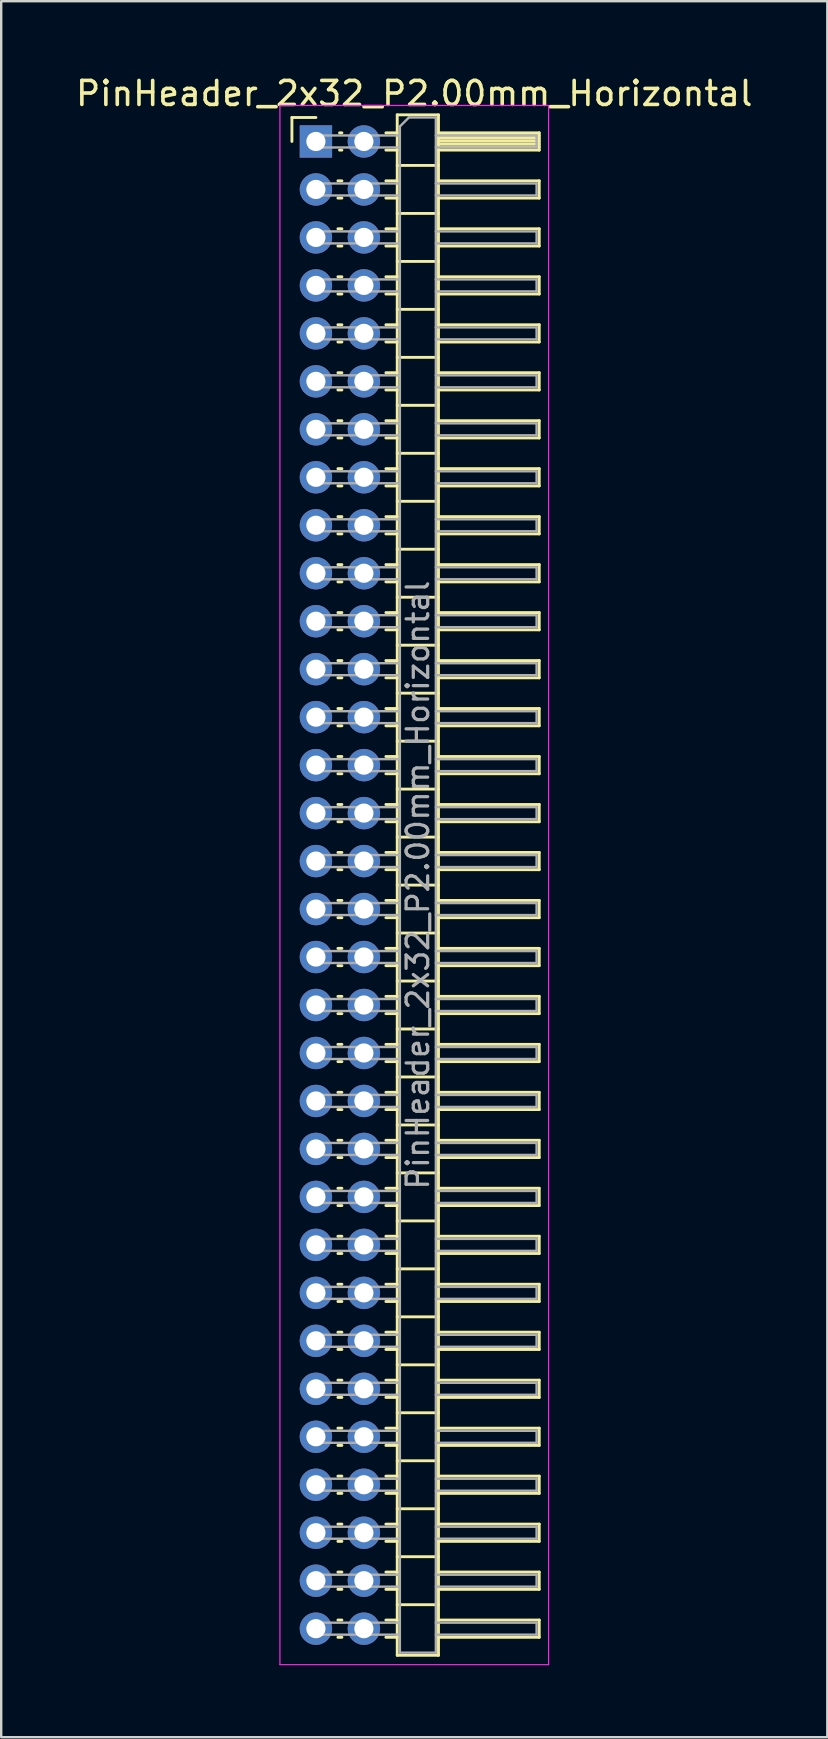
<source format=kicad_pcb>
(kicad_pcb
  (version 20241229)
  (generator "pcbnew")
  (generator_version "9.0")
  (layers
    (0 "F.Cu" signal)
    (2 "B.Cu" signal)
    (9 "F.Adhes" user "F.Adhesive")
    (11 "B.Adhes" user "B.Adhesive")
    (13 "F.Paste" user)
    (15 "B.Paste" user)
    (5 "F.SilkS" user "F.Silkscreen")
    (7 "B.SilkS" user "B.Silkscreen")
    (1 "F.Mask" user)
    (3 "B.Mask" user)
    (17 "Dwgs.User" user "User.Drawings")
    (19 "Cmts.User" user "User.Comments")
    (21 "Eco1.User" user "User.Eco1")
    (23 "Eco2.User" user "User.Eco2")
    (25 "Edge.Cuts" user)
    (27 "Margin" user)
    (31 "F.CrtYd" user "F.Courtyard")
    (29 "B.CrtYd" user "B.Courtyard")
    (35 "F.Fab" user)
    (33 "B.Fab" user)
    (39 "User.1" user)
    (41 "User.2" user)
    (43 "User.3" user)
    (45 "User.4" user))
  (footprint "PinHeader_2x32_P2.00mm_Horizontal"
    (layer "F.Cu")
    (at 10.12 2.848)
    (property "Reference" "PinHeader_2x32_P2.00mm_Horizontal" (at 4.1 -2 0) (layer "F.SilkS") (effects (font (size 1 1) (thickness 0.15))))
    (attr through_hole)
    (fp_line (start -1 -1) (end 0 -1) (stroke (width 0.12) (type solid)) (layer "F.SilkS"))
    (fp_line (start -1 0) (end -1 -1) (stroke (width 0.12) (type solid)) (layer "F.SilkS"))
    (fp_line (start 0.917 1.64) (end 1.083 1.64) (stroke (width 0.12) (type solid)) (layer "F.SilkS"))
    (fp_line (start 0.917 2.36) (end 1.083 2.36) (stroke (width 0.12) (type solid)) (layer "F.SilkS"))
    (fp_line (start 0.917 3.64) (end 1.083 3.64) (stroke (width 0.12) (type solid)) (layer "F.SilkS"))
    (fp_line (start 0.917 4.36) (end 1.083 4.36) (stroke (width 0.12) (type solid)) (layer "F.SilkS"))
    (fp_line (start 0.917 5.64) (end 1.083 5.64) (stroke (width 0.12) (type solid)) (layer "F.SilkS"))
    (fp_line (start 0.917 6.36) (end 1.083 6.36) (stroke (width 0.12) (type solid)) (layer "F.SilkS"))
    (fp_line (start 0.917 7.64) (end 1.083 7.64) (stroke (width 0.12) (type solid)) (layer "F.SilkS"))
    (fp_line (start 0.917 8.36) (end 1.083 8.36) (stroke (width 0.12) (type solid)) (layer "F.SilkS"))
    (fp_line (start 0.917 9.64) (end 1.083 9.64) (stroke (width 0.12) (type solid)) (layer "F.SilkS"))
    (fp_line (start 0.917 10.36) (end 1.083 10.36) (stroke (width 0.12) (type solid)) (layer "F.SilkS"))
    (fp_line (start 0.917 11.64) (end 1.083 11.64) (stroke (width 0.12) (type solid)) (layer "F.SilkS"))
    (fp_line (start 0.917 12.36) (end 1.083 12.36) (stroke (width 0.12) (type solid)) (layer "F.SilkS"))
    (fp_line (start 0.917 13.64) (end 1.083 13.64) (stroke (width 0.12) (type solid)) (layer "F.SilkS"))
    (fp_line (start 0.917 14.36) (end 1.083 14.36) (stroke (width 0.12) (type solid)) (layer "F.SilkS"))
    (fp_line (start 0.917 15.64) (end 1.083 15.64) (stroke (width 0.12) (type solid)) (layer "F.SilkS"))
    (fp_line (start 0.917 16.36) (end 1.083 16.36) (stroke (width 0.12) (type solid)) (layer "F.SilkS"))
    (fp_line (start 0.917 17.64) (end 1.083 17.64) (stroke (width 0.12) (type solid)) (layer "F.SilkS"))
    (fp_line (start 0.917 18.36) (end 1.083 18.36) (stroke (width 0.12) (type solid)) (layer "F.SilkS"))
    (fp_line (start 0.917 19.64) (end 1.083 19.64) (stroke (width 0.12) (type solid)) (layer "F.SilkS"))
    (fp_line (start 0.917 20.36) (end 1.083 20.36) (stroke (width 0.12) (type solid)) (layer "F.SilkS"))
    (fp_line (start 0.917 21.64) (end 1.083 21.64) (stroke (width 0.12) (type solid)) (layer "F.SilkS"))
    (fp_line (start 0.917 22.36) (end 1.083 22.36) (stroke (width 0.12) (type solid)) (layer "F.SilkS"))
    (fp_line (start 0.917 23.64) (end 1.083 23.64) (stroke (width 0.12) (type solid)) (layer "F.SilkS"))
    (fp_line (start 0.917 24.36) (end 1.083 24.36) (stroke (width 0.12) (type solid)) (layer "F.SilkS"))
    (fp_line (start 0.917 25.64) (end 1.083 25.64) (stroke (width 0.12) (type solid)) (layer "F.SilkS"))
    (fp_line (start 0.917 26.36) (end 1.083 26.36) (stroke (width 0.12) (type solid)) (layer "F.SilkS"))
    (fp_line (start 0.917 27.64) (end 1.083 27.64) (stroke (width 0.12) (type solid)) (layer "F.SilkS"))
    (fp_line (start 0.917 28.36) (end 1.083 28.36) (stroke (width 0.12) (type solid)) (layer "F.SilkS"))
    (fp_line (start 0.917 29.64) (end 1.083 29.64) (stroke (width 0.12) (type solid)) (layer "F.SilkS"))
    (fp_line (start 0.917 30.36) (end 1.083 30.36) (stroke (width 0.12) (type solid)) (layer "F.SilkS"))
    (fp_line (start 0.917 31.64) (end 1.083 31.64) (stroke (width 0.12) (type solid)) (layer "F.SilkS"))
    (fp_line (start 0.917 32.36) (end 1.083 32.36) (stroke (width 0.12) (type solid)) (layer "F.SilkS"))
    (fp_line (start 0.917 33.64) (end 1.083 33.64) (stroke (width 0.12) (type solid)) (layer "F.SilkS"))
    (fp_line (start 0.917 34.36) (end 1.083 34.36) (stroke (width 0.12) (type solid)) (layer "F.SilkS"))
    (fp_line (start 0.917 35.64) (end 1.083 35.64) (stroke (width 0.12) (type solid)) (layer "F.SilkS"))
    (fp_line (start 0.917 36.36) (end 1.083 36.36) (stroke (width 0.12) (type solid)) (layer "F.SilkS"))
    (fp_line (start 0.917 37.64) (end 1.083 37.64) (stroke (width 0.12) (type solid)) (layer "F.SilkS"))
    (fp_line (start 0.917 38.36) (end 1.083 38.36) (stroke (width 0.12) (type solid)) (layer "F.SilkS"))
    (fp_line (start 0.917 39.64) (end 1.083 39.64) (stroke (width 0.12) (type solid)) (layer "F.SilkS"))
    (fp_line (start 0.917 40.36) (end 1.083 40.36) (stroke (width 0.12) (type solid)) (layer "F.SilkS"))
    (fp_line (start 0.917 41.64) (end 1.083 41.64) (stroke (width 0.12) (type solid)) (layer "F.SilkS"))
    (fp_line (start 0.917 42.36) (end 1.083 42.36) (stroke (width 0.12) (type solid)) (layer "F.SilkS"))
    (fp_line (start 0.917 43.64) (end 1.083 43.64) (stroke (width 0.12) (type solid)) (layer "F.SilkS"))
    (fp_line (start 0.917 44.36) (end 1.083 44.36) (stroke (width 0.12) (type solid)) (layer "F.SilkS"))
    (fp_line (start 0.917 45.64) (end 1.083 45.64) (stroke (width 0.12) (type solid)) (layer "F.SilkS"))
    (fp_line (start 0.917 46.36) (end 1.083 46.36) (stroke (width 0.12) (type solid)) (layer "F.SilkS"))
    (fp_line (start 0.917 47.64) (end 1.083 47.64) (stroke (width 0.12) (type solid)) (layer "F.SilkS"))
    (fp_line (start 0.917 48.36) (end 1.083 48.36) (stroke (width 0.12) (type solid)) (layer "F.SilkS"))
    (fp_line (start 0.917 49.64) (end 1.083 49.64) (stroke (width 0.12) (type solid)) (layer "F.SilkS"))
    (fp_line (start 0.917 50.36) (end 1.083 50.36) (stroke (width 0.12) (type solid)) (layer "F.SilkS"))
    (fp_line (start 0.917 51.64) (end 1.083 51.64) (stroke (width 0.12) (type solid)) (layer "F.SilkS"))
    (fp_line (start 0.917 52.36) (end 1.083 52.36) (stroke (width 0.12) (type solid)) (layer "F.SilkS"))
    (fp_line (start 0.917 53.64) (end 1.083 53.64) (stroke (width 0.12) (type solid)) (layer "F.SilkS"))
    (fp_line (start 0.917 54.36) (end 1.083 54.36) (stroke (width 0.12) (type solid)) (layer "F.SilkS"))
    (fp_line (start 0.917 55.64) (end 1.083 55.64) (stroke (width 0.12) (type solid)) (layer "F.SilkS"))
    (fp_line (start 0.917 56.36) (end 1.083 56.36) (stroke (width 0.12) (type solid)) (layer "F.SilkS"))
    (fp_line (start 0.917 57.64) (end 1.083 57.64) (stroke (width 0.12) (type solid)) (layer "F.SilkS"))
    (fp_line (start 0.917 58.36) (end 1.083 58.36) (stroke (width 0.12) (type solid)) (layer "F.SilkS"))
    (fp_line (start 0.917 59.64) (end 1.083 59.64) (stroke (width 0.12) (type solid)) (layer "F.SilkS"))
    (fp_line (start 0.917 60.36) (end 1.083 60.36) (stroke (width 0.12) (type solid)) (layer "F.SilkS"))
    (fp_line (start 0.917 61.64) (end 1.083 61.64) (stroke (width 0.12) (type solid)) (layer "F.SilkS"))
    (fp_line (start 0.917 62.36) (end 1.083 62.36) (stroke (width 0.12) (type solid)) (layer "F.SilkS"))
    (fp_line (start 0.985 -0.36) (end 1.083 -0.36) (stroke (width 0.12) (type solid)) (layer "F.SilkS"))
    (fp_line (start 0.985 0.36) (end 1.083 0.36) (stroke (width 0.12) (type solid)) (layer "F.SilkS"))
    (fp_line (start 2.917 -0.36) (end 3.39 -0.36) (stroke (width 0.12) (type solid)) (layer "F.SilkS"))
    (fp_line (start 2.917 0.36) (end 3.39 0.36) (stroke (width 0.12) (type solid)) (layer "F.SilkS"))
    (fp_line (start 2.917 1.64) (end 3.39 1.64) (stroke (width 0.12) (type solid)) (layer "F.SilkS"))
    (fp_line (start 2.917 2.36) (end 3.39 2.36) (stroke (width 0.12) (type solid)) (layer "F.SilkS"))
    (fp_line (start 2.917 3.64) (end 3.39 3.64) (stroke (width 0.12) (type solid)) (layer "F.SilkS"))
    (fp_line (start 2.917 4.36) (end 3.39 4.36) (stroke (width 0.12) (type solid)) (layer "F.SilkS"))
    (fp_line (start 2.917 5.64) (end 3.39 5.64) (stroke (width 0.12) (type solid)) (layer "F.SilkS"))
    (fp_line (start 2.917 6.36) (end 3.39 6.36) (stroke (width 0.12) (type solid)) (layer "F.SilkS"))
    (fp_line (start 2.917 7.64) (end 3.39 7.64) (stroke (width 0.12) (type solid)) (layer "F.SilkS"))
    (fp_line (start 2.917 8.36) (end 3.39 8.36) (stroke (width 0.12) (type solid)) (layer "F.SilkS"))
    (fp_line (start 2.917 9.64) (end 3.39 9.64) (stroke (width 0.12) (type solid)) (layer "F.SilkS"))
    (fp_line (start 2.917 10.36) (end 3.39 10.36) (stroke (width 0.12) (type solid)) (layer "F.SilkS"))
    (fp_line (start 2.917 11.64) (end 3.39 11.64) (stroke (width 0.12) (type solid)) (layer "F.SilkS"))
    (fp_line (start 2.917 12.36) (end 3.39 12.36) (stroke (width 0.12) (type solid)) (layer "F.SilkS"))
    (fp_line (start 2.917 13.64) (end 3.39 13.64) (stroke (width 0.12) (type solid)) (layer "F.SilkS"))
    (fp_line (start 2.917 14.36) (end 3.39 14.36) (stroke (width 0.12) (type solid)) (layer "F.SilkS"))
    (fp_line (start 2.917 15.64) (end 3.39 15.64) (stroke (width 0.12) (type solid)) (layer "F.SilkS"))
    (fp_line (start 2.917 16.36) (end 3.39 16.36) (stroke (width 0.12) (type solid)) (layer "F.SilkS"))
    (fp_line (start 2.917 17.64) (end 3.39 17.64) (stroke (width 0.12) (type solid)) (layer "F.SilkS"))
    (fp_line (start 2.917 18.36) (end 3.39 18.36) (stroke (width 0.12) (type solid)) (layer "F.SilkS"))
    (fp_line (start 2.917 19.64) (end 3.39 19.64) (stroke (width 0.12) (type solid)) (layer "F.SilkS"))
    (fp_line (start 2.917 20.36) (end 3.39 20.36) (stroke (width 0.12) (type solid)) (layer "F.SilkS"))
    (fp_line (start 2.917 21.64) (end 3.39 21.64) (stroke (width 0.12) (type solid)) (layer "F.SilkS"))
    (fp_line (start 2.917 22.36) (end 3.39 22.36) (stroke (width 0.12) (type solid)) (layer "F.SilkS"))
    (fp_line (start 2.917 23.64) (end 3.39 23.64) (stroke (width 0.12) (type solid)) (layer "F.SilkS"))
    (fp_line (start 2.917 24.36) (end 3.39 24.36) (stroke (width 0.12) (type solid)) (layer "F.SilkS"))
    (fp_line (start 2.917 25.64) (end 3.39 25.64) (stroke (width 0.12) (type solid)) (layer "F.SilkS"))
    (fp_line (start 2.917 26.36) (end 3.39 26.36) (stroke (width 0.12) (type solid)) (layer "F.SilkS"))
    (fp_line (start 2.917 27.64) (end 3.39 27.64) (stroke (width 0.12) (type solid)) (layer "F.SilkS"))
    (fp_line (start 2.917 28.36) (end 3.39 28.36) (stroke (width 0.12) (type solid)) (layer "F.SilkS"))
    (fp_line (start 2.917 29.64) (end 3.39 29.64) (stroke (width 0.12) (type solid)) (layer "F.SilkS"))
    (fp_line (start 2.917 30.36) (end 3.39 30.36) (stroke (width 0.12) (type solid)) (layer "F.SilkS"))
    (fp_line (start 2.917 31.64) (end 3.39 31.64) (stroke (width 0.12) (type solid)) (layer "F.SilkS"))
    (fp_line (start 2.917 32.36) (end 3.39 32.36) (stroke (width 0.12) (type solid)) (layer "F.SilkS"))
    (fp_line (start 2.917 33.64) (end 3.39 33.64) (stroke (width 0.12) (type solid)) (layer "F.SilkS"))
    (fp_line (start 2.917 34.36) (end 3.39 34.36) (stroke (width 0.12) (type solid)) (layer "F.SilkS"))
    (fp_line (start 2.917 35.64) (end 3.39 35.64) (stroke (width 0.12) (type solid)) (layer "F.SilkS"))
    (fp_line (start 2.917 36.36) (end 3.39 36.36) (stroke (width 0.12) (type solid)) (layer "F.SilkS"))
    (fp_line (start 2.917 37.64) (end 3.39 37.64) (stroke (width 0.12) (type solid)) (layer "F.SilkS"))
    (fp_line (start 2.917 38.36) (end 3.39 38.36) (stroke (width 0.12) (type solid)) (layer "F.SilkS"))
    (fp_line (start 2.917 39.64) (end 3.39 39.64) (stroke (width 0.12) (type solid)) (layer "F.SilkS"))
    (fp_line (start 2.917 40.36) (end 3.39 40.36) (stroke (width 0.12) (type solid)) (layer "F.SilkS"))
    (fp_line (start 2.917 41.64) (end 3.39 41.64) (stroke (width 0.12) (type solid)) (layer "F.SilkS"))
    (fp_line (start 2.917 42.36) (end 3.39 42.36) (stroke (width 0.12) (type solid)) (layer "F.SilkS"))
    (fp_line (start 2.917 43.64) (end 3.39 43.64) (stroke (width 0.12) (type solid)) (layer "F.SilkS"))
    (fp_line (start 2.917 44.36) (end 3.39 44.36) (stroke (width 0.12) (type solid)) (layer "F.SilkS"))
    (fp_line (start 2.917 45.64) (end 3.39 45.64) (stroke (width 0.12) (type solid)) (layer "F.SilkS"))
    (fp_line (start 2.917 46.36) (end 3.39 46.36) (stroke (width 0.12) (type solid)) (layer "F.SilkS"))
    (fp_line (start 2.917 47.64) (end 3.39 47.64) (stroke (width 0.12) (type solid)) (layer "F.SilkS"))
    (fp_line (start 2.917 48.36) (end 3.39 48.36) (stroke (width 0.12) (type solid)) (layer "F.SilkS"))
    (fp_line (start 2.917 49.64) (end 3.39 49.64) (stroke (width 0.12) (type solid)) (layer "F.SilkS"))
    (fp_line (start 2.917 50.36) (end 3.39 50.36) (stroke (width 0.12) (type solid)) (layer "F.SilkS"))
    (fp_line (start 2.917 51.64) (end 3.39 51.64) (stroke (width 0.12) (type solid)) (layer "F.SilkS"))
    (fp_line (start 2.917 52.36) (end 3.39 52.36) (stroke (width 0.12) (type solid)) (layer "F.SilkS"))
    (fp_line (start 2.917 53.64) (end 3.39 53.64) (stroke (width 0.12) (type solid)) (layer "F.SilkS"))
    (fp_line (start 2.917 54.36) (end 3.39 54.36) (stroke (width 0.12) (type solid)) (layer "F.SilkS"))
    (fp_line (start 2.917 55.64) (end 3.39 55.64) (stroke (width 0.12) (type solid)) (layer "F.SilkS"))
    (fp_line (start 2.917 56.36) (end 3.39 56.36) (stroke (width 0.12) (type solid)) (layer "F.SilkS"))
    (fp_line (start 2.917 57.64) (end 3.39 57.64) (stroke (width 0.12) (type solid)) (layer "F.SilkS"))
    (fp_line (start 2.917 58.36) (end 3.39 58.36) (stroke (width 0.12) (type solid)) (layer "F.SilkS"))
    (fp_line (start 2.917 59.64) (end 3.39 59.64) (stroke (width 0.12) (type solid)) (layer "F.SilkS"))
    (fp_line (start 2.917 60.36) (end 3.39 60.36) (stroke (width 0.12) (type solid)) (layer "F.SilkS"))
    (fp_line (start 2.917 61.64) (end 3.39 61.64) (stroke (width 0.12) (type solid)) (layer "F.SilkS"))
    (fp_line (start 2.917 62.36) (end 3.39 62.36) (stroke (width 0.12) (type solid)) (layer "F.SilkS"))
    (fp_line (start 3.39 -1.11) (end 3.39 63.11) (stroke (width 0.12) (type solid)) (layer "F.SilkS"))
    (fp_line (start 3.39 1) (end 5.11 1) (stroke (width 0.12) (type solid)) (layer "F.SilkS"))
    (fp_line (start 3.39 3) (end 5.11 3) (stroke (width 0.12) (type solid)) (layer "F.SilkS"))
    (fp_line (start 3.39 5) (end 5.11 5) (stroke (width 0.12) (type solid)) (layer "F.SilkS"))
    (fp_line (start 3.39 7) (end 5.11 7) (stroke (width 0.12) (type solid)) (layer "F.SilkS"))
    (fp_line (start 3.39 9) (end 5.11 9) (stroke (width 0.12) (type solid)) (layer "F.SilkS"))
    (fp_line (start 3.39 11) (end 5.11 11) (stroke (width 0.12) (type solid)) (layer "F.SilkS"))
    (fp_line (start 3.39 13) (end 5.11 13) (stroke (width 0.12) (type solid)) (layer "F.SilkS"))
    (fp_line (start 3.39 15) (end 5.11 15) (stroke (width 0.12) (type solid)) (layer "F.SilkS"))
    (fp_line (start 3.39 17) (end 5.11 17) (stroke (width 0.12) (type solid)) (layer "F.SilkS"))
    (fp_line (start 3.39 19) (end 5.11 19) (stroke (width 0.12) (type solid)) (layer "F.SilkS"))
    (fp_line (start 3.39 21) (end 5.11 21) (stroke (width 0.12) (type solid)) (layer "F.SilkS"))
    (fp_line (start 3.39 23) (end 5.11 23) (stroke (width 0.12) (type solid)) (layer "F.SilkS"))
    (fp_line (start 3.39 25) (end 5.11 25) (stroke (width 0.12) (type solid)) (layer "F.SilkS"))
    (fp_line (start 3.39 27) (end 5.11 27) (stroke (width 0.12) (type solid)) (layer "F.SilkS"))
    (fp_line (start 3.39 29) (end 5.11 29) (stroke (width 0.12) (type solid)) (layer "F.SilkS"))
    (fp_line (start 3.39 31) (end 5.11 31) (stroke (width 0.12) (type solid)) (layer "F.SilkS"))
    (fp_line (start 3.39 33) (end 5.11 33) (stroke (width 0.12) (type solid)) (layer "F.SilkS"))
    (fp_line (start 3.39 35) (end 5.11 35) (stroke (width 0.12) (type solid)) (layer "F.SilkS"))
    (fp_line (start 3.39 37) (end 5.11 37) (stroke (width 0.12) (type solid)) (layer "F.SilkS"))
    (fp_line (start 3.39 39) (end 5.11 39) (stroke (width 0.12) (type solid)) (layer "F.SilkS"))
    (fp_line (start 3.39 41) (end 5.11 41) (stroke (width 0.12) (type solid)) (layer "F.SilkS"))
    (fp_line (start 3.39 43) (end 5.11 43) (stroke (width 0.12) (type solid)) (layer "F.SilkS"))
    (fp_line (start 3.39 45) (end 5.11 45) (stroke (width 0.12) (type solid)) (layer "F.SilkS"))
    (fp_line (start 3.39 47) (end 5.11 47) (stroke (width 0.12) (type solid)) (layer "F.SilkS"))
    (fp_line (start 3.39 49) (end 5.11 49) (stroke (width 0.12) (type solid)) (layer "F.SilkS"))
    (fp_line (start 3.39 51) (end 5.11 51) (stroke (width 0.12) (type solid)) (layer "F.SilkS"))
    (fp_line (start 3.39 53) (end 5.11 53) (stroke (width 0.12) (type solid)) (layer "F.SilkS"))
    (fp_line (start 3.39 55) (end 5.11 55) (stroke (width 0.12) (type solid)) (layer "F.SilkS"))
    (fp_line (start 3.39 57) (end 5.11 57) (stroke (width 0.12) (type solid)) (layer "F.SilkS"))
    (fp_line (start 3.39 59) (end 5.11 59) (stroke (width 0.12) (type solid)) (layer "F.SilkS"))
    (fp_line (start 3.39 61) (end 5.11 61) (stroke (width 0.12) (type solid)) (layer "F.SilkS"))
    (fp_line (start 3.39 63.11) (end 5.11 63.11) (stroke (width 0.12) (type solid)) (layer "F.SilkS"))
    (fp_line (start 5.11 -1.11) (end 3.39 -1.11) (stroke (width 0.12) (type solid)) (layer "F.SilkS"))
    (fp_line (start 5.11 -0.36) (end 9.31 -0.36) (stroke (width 0.12) (type solid)) (layer "F.SilkS"))
    (fp_line (start 5.11 -0.25) (end 9.31 -0.25) (stroke (width 0.12) (type solid)) (layer "F.SilkS"))
    (fp_line (start 5.11 -0.13) (end 9.31 -0.13) (stroke (width 0.12) (type solid)) (layer "F.SilkS"))
    (fp_line (start 5.11 -0.01) (end 9.31 -0.01) (stroke (width 0.12) (type solid)) (layer "F.SilkS"))
    (fp_line (start 5.11 0.11) (end 9.31 0.11) (stroke (width 0.12) (type solid)) (layer "F.SilkS"))
    (fp_line (start 5.11 0.23) (end 9.31 0.23) (stroke (width 0.12) (type solid)) (layer "F.SilkS"))
    (fp_line (start 5.11 1.64) (end 9.31 1.64) (stroke (width 0.12) (type solid)) (layer "F.SilkS"))
    (fp_line (start 5.11 3.64) (end 9.31 3.64) (stroke (width 0.12) (type solid)) (layer "F.SilkS"))
    (fp_line (start 5.11 5.64) (end 9.31 5.64) (stroke (width 0.12) (type solid)) (layer "F.SilkS"))
    (fp_line (start 5.11 7.64) (end 9.31 7.64) (stroke (width 0.12) (type solid)) (layer "F.SilkS"))
    (fp_line (start 5.11 9.64) (end 9.31 9.64) (stroke (width 0.12) (type solid)) (layer "F.SilkS"))
    (fp_line (start 5.11 11.64) (end 9.31 11.64) (stroke (width 0.12) (type solid)) (layer "F.SilkS"))
    (fp_line (start 5.11 13.64) (end 9.31 13.64) (stroke (width 0.12) (type solid)) (layer "F.SilkS"))
    (fp_line (start 5.11 15.64) (end 9.31 15.64) (stroke (width 0.12) (type solid)) (layer "F.SilkS"))
    (fp_line (start 5.11 17.64) (end 9.31 17.64) (stroke (width 0.12) (type solid)) (layer "F.SilkS"))
    (fp_line (start 5.11 19.64) (end 9.31 19.64) (stroke (width 0.12) (type solid)) (layer "F.SilkS"))
    (fp_line (start 5.11 21.64) (end 9.31 21.64) (stroke (width 0.12) (type solid)) (layer "F.SilkS"))
    (fp_line (start 5.11 23.64) (end 9.31 23.64) (stroke (width 0.12) (type solid)) (layer "F.SilkS"))
    (fp_line (start 5.11 25.64) (end 9.31 25.64) (stroke (width 0.12) (type solid)) (layer "F.SilkS"))
    (fp_line (start 5.11 27.64) (end 9.31 27.64) (stroke (width 0.12) (type solid)) (layer "F.SilkS"))
    (fp_line (start 5.11 29.64) (end 9.31 29.64) (stroke (width 0.12) (type solid)) (layer "F.SilkS"))
    (fp_line (start 5.11 31.64) (end 9.31 31.64) (stroke (width 0.12) (type solid)) (layer "F.SilkS"))
    (fp_line (start 5.11 33.64) (end 9.31 33.64) (stroke (width 0.12) (type solid)) (layer "F.SilkS"))
    (fp_line (start 5.11 35.64) (end 9.31 35.64) (stroke (width 0.12) (type solid)) (layer "F.SilkS"))
    (fp_line (start 5.11 37.64) (end 9.31 37.64) (stroke (width 0.12) (type solid)) (layer "F.SilkS"))
    (fp_line (start 5.11 39.64) (end 9.31 39.64) (stroke (width 0.12) (type solid)) (layer "F.SilkS"))
    (fp_line (start 5.11 41.64) (end 9.31 41.64) (stroke (width 0.12) (type solid)) (layer "F.SilkS"))
    (fp_line (start 5.11 43.64) (end 9.31 43.64) (stroke (width 0.12) (type solid)) (layer "F.SilkS"))
    (fp_line (start 5.11 45.64) (end 9.31 45.64) (stroke (width 0.12) (type solid)) (layer "F.SilkS"))
    (fp_line (start 5.11 47.64) (end 9.31 47.64) (stroke (width 0.12) (type solid)) (layer "F.SilkS"))
    (fp_line (start 5.11 49.64) (end 9.31 49.64) (stroke (width 0.12) (type solid)) (layer "F.SilkS"))
    (fp_line (start 5.11 51.64) (end 9.31 51.64) (stroke (width 0.12) (type solid)) (layer "F.SilkS"))
    (fp_line (start 5.11 53.64) (end 9.31 53.64) (stroke (width 0.12) (type solid)) (layer "F.SilkS"))
    (fp_line (start 5.11 55.64) (end 9.31 55.64) (stroke (width 0.12) (type solid)) (layer "F.SilkS"))
    (fp_line (start 5.11 57.64) (end 9.31 57.64) (stroke (width 0.12) (type solid)) (layer "F.SilkS"))
    (fp_line (start 5.11 59.64) (end 9.31 59.64) (stroke (width 0.12) (type solid)) (layer "F.SilkS"))
    (fp_line (start 5.11 61.64) (end 9.31 61.64) (stroke (width 0.12) (type solid)) (layer "F.SilkS"))
    (fp_line (start 5.11 63.11) (end 5.11 -1.11) (stroke (width 0.12) (type solid)) (layer "F.SilkS"))
    (fp_line (start 9.31 -0.36) (end 9.31 0.36) (stroke (width 0.12) (type solid)) (layer "F.SilkS"))
    (fp_line (start 9.31 0.36) (end 5.11 0.36) (stroke (width 0.12) (type solid)) (layer "F.SilkS"))
    (fp_line (start 9.31 1.64) (end 9.31 2.36) (stroke (width 0.12) (type solid)) (layer "F.SilkS"))
    (fp_line (start 9.31 2.36) (end 5.11 2.36) (stroke (width 0.12) (type solid)) (layer "F.SilkS"))
    (fp_line (start 9.31 3.64) (end 9.31 4.36) (stroke (width 0.12) (type solid)) (layer "F.SilkS"))
    (fp_line (start 9.31 4.36) (end 5.11 4.36) (stroke (width 0.12) (type solid)) (layer "F.SilkS"))
    (fp_line (start 9.31 5.64) (end 9.31 6.36) (stroke (width 0.12) (type solid)) (layer "F.SilkS"))
    (fp_line (start 9.31 6.36) (end 5.11 6.36) (stroke (width 0.12) (type solid)) (layer "F.SilkS"))
    (fp_line (start 9.31 7.64) (end 9.31 8.36) (stroke (width 0.12) (type solid)) (layer "F.SilkS"))
    (fp_line (start 9.31 8.36) (end 5.11 8.36) (stroke (width 0.12) (type solid)) (layer "F.SilkS"))
    (fp_line (start 9.31 9.64) (end 9.31 10.36) (stroke (width 0.12) (type solid)) (layer "F.SilkS"))
    (fp_line (start 9.31 10.36) (end 5.11 10.36) (stroke (width 0.12) (type solid)) (layer "F.SilkS"))
    (fp_line (start 9.31 11.64) (end 9.31 12.36) (stroke (width 0.12) (type solid)) (layer "F.SilkS"))
    (fp_line (start 9.31 12.36) (end 5.11 12.36) (stroke (width 0.12) (type solid)) (layer "F.SilkS"))
    (fp_line (start 9.31 13.64) (end 9.31 14.36) (stroke (width 0.12) (type solid)) (layer "F.SilkS"))
    (fp_line (start 9.31 14.36) (end 5.11 14.36) (stroke (width 0.12) (type solid)) (layer "F.SilkS"))
    (fp_line (start 9.31 15.64) (end 9.31 16.36) (stroke (width 0.12) (type solid)) (layer "F.SilkS"))
    (fp_line (start 9.31 16.36) (end 5.11 16.36) (stroke (width 0.12) (type solid)) (layer "F.SilkS"))
    (fp_line (start 9.31 17.64) (end 9.31 18.36) (stroke (width 0.12) (type solid)) (layer "F.SilkS"))
    (fp_line (start 9.31 18.36) (end 5.11 18.36) (stroke (width 0.12) (type solid)) (layer "F.SilkS"))
    (fp_line (start 9.31 19.64) (end 9.31 20.36) (stroke (width 0.12) (type solid)) (layer "F.SilkS"))
    (fp_line (start 9.31 20.36) (end 5.11 20.36) (stroke (width 0.12) (type solid)) (layer "F.SilkS"))
    (fp_line (start 9.31 21.64) (end 9.31 22.36) (stroke (width 0.12) (type solid)) (layer "F.SilkS"))
    (fp_line (start 9.31 22.36) (end 5.11 22.36) (stroke (width 0.12) (type solid)) (layer "F.SilkS"))
    (fp_line (start 9.31 23.64) (end 9.31 24.36) (stroke (width 0.12) (type solid)) (layer "F.SilkS"))
    (fp_line (start 9.31 24.36) (end 5.11 24.36) (stroke (width 0.12) (type solid)) (layer "F.SilkS"))
    (fp_line (start 9.31 25.64) (end 9.31 26.36) (stroke (width 0.12) (type solid)) (layer "F.SilkS"))
    (fp_line (start 9.31 26.36) (end 5.11 26.36) (stroke (width 0.12) (type solid)) (layer "F.SilkS"))
    (fp_line (start 9.31 27.64) (end 9.31 28.36) (stroke (width 0.12) (type solid)) (layer "F.SilkS"))
    (fp_line (start 9.31 28.36) (end 5.11 28.36) (stroke (width 0.12) (type solid)) (layer "F.SilkS"))
    (fp_line (start 9.31 29.64) (end 9.31 30.36) (stroke (width 0.12) (type solid)) (layer "F.SilkS"))
    (fp_line (start 9.31 30.36) (end 5.11 30.36) (stroke (width 0.12) (type solid)) (layer "F.SilkS"))
    (fp_line (start 9.31 31.64) (end 9.31 32.36) (stroke (width 0.12) (type solid)) (layer "F.SilkS"))
    (fp_line (start 9.31 32.36) (end 5.11 32.36) (stroke (width 0.12) (type solid)) (layer "F.SilkS"))
    (fp_line (start 9.31 33.64) (end 9.31 34.36) (stroke (width 0.12) (type solid)) (layer "F.SilkS"))
    (fp_line (start 9.31 34.36) (end 5.11 34.36) (stroke (width 0.12) (type solid)) (layer "F.SilkS"))
    (fp_line (start 9.31 35.64) (end 9.31 36.36) (stroke (width 0.12) (type solid)) (layer "F.SilkS"))
    (fp_line (start 9.31 36.36) (end 5.11 36.36) (stroke (width 0.12) (type solid)) (layer "F.SilkS"))
    (fp_line (start 9.31 37.64) (end 9.31 38.36) (stroke (width 0.12) (type solid)) (layer "F.SilkS"))
    (fp_line (start 9.31 38.36) (end 5.11 38.36) (stroke (width 0.12) (type solid)) (layer "F.SilkS"))
    (fp_line (start 9.31 39.64) (end 9.31 40.36) (stroke (width 0.12) (type solid)) (layer "F.SilkS"))
    (fp_line (start 9.31 40.36) (end 5.11 40.36) (stroke (width 0.12) (type solid)) (layer "F.SilkS"))
    (fp_line (start 9.31 41.64) (end 9.31 42.36) (stroke (width 0.12) (type solid)) (layer "F.SilkS"))
    (fp_line (start 9.31 42.36) (end 5.11 42.36) (stroke (width 0.12) (type solid)) (layer "F.SilkS"))
    (fp_line (start 9.31 43.64) (end 9.31 44.36) (stroke (width 0.12) (type solid)) (layer "F.SilkS"))
    (fp_line (start 9.31 44.36) (end 5.11 44.36) (stroke (width 0.12) (type solid)) (layer "F.SilkS"))
    (fp_line (start 9.31 45.64) (end 9.31 46.36) (stroke (width 0.12) (type solid)) (layer "F.SilkS"))
    (fp_line (start 9.31 46.36) (end 5.11 46.36) (stroke (width 0.12) (type solid)) (layer "F.SilkS"))
    (fp_line (start 9.31 47.64) (end 9.31 48.36) (stroke (width 0.12) (type solid)) (layer "F.SilkS"))
    (fp_line (start 9.31 48.36) (end 5.11 48.36) (stroke (width 0.12) (type solid)) (layer "F.SilkS"))
    (fp_line (start 9.31 49.64) (end 9.31 50.36) (stroke (width 0.12) (type solid)) (layer "F.SilkS"))
    (fp_line (start 9.31 50.36) (end 5.11 50.36) (stroke (width 0.12) (type solid)) (layer "F.SilkS"))
    (fp_line (start 9.31 51.64) (end 9.31 52.36) (stroke (width 0.12) (type solid)) (layer "F.SilkS"))
    (fp_line (start 9.31 52.36) (end 5.11 52.36) (stroke (width 0.12) (type solid)) (layer "F.SilkS"))
    (fp_line (start 9.31 53.64) (end 9.31 54.36) (stroke (width 0.12) (type solid)) (layer "F.SilkS"))
    (fp_line (start 9.31 54.36) (end 5.11 54.36) (stroke (width 0.12) (type solid)) (layer "F.SilkS"))
    (fp_line (start 9.31 55.64) (end 9.31 56.36) (stroke (width 0.12) (type solid)) (layer "F.SilkS"))
    (fp_line (start 9.31 56.36) (end 5.11 56.36) (stroke (width 0.12) (type solid)) (layer "F.SilkS"))
    (fp_line (start 9.31 57.64) (end 9.31 58.36) (stroke (width 0.12) (type solid)) (layer "F.SilkS"))
    (fp_line (start 9.31 58.36) (end 5.11 58.36) (stroke (width 0.12) (type solid)) (layer "F.SilkS"))
    (fp_line (start 9.31 59.64) (end 9.31 60.36) (stroke (width 0.12) (type solid)) (layer "F.SilkS"))
    (fp_line (start 9.31 60.36) (end 5.11 60.36) (stroke (width 0.12) (type solid)) (layer "F.SilkS"))
    (fp_line (start 9.31 61.64) (end 9.31 62.36) (stroke (width 0.12) (type solid)) (layer "F.SilkS"))
    (fp_line (start 9.31 62.36) (end 5.11 62.36) (stroke (width 0.12) (type solid)) (layer "F.SilkS"))
    (fp_line (start -1.5 -1.5) (end -1.5 63.5) (stroke (width 0.05) (type solid)) (layer "F.CrtYd"))
    (fp_line (start -1.5 63.5) (end 9.7 63.5) (stroke (width 0.05) (type solid)) (layer "F.CrtYd"))
    (fp_line (start 9.7 -1.5) (end -1.5 -1.5) (stroke (width 0.05) (type solid)) (layer "F.CrtYd"))
    (fp_line (start 9.7 63.5) (end 9.7 -1.5) (stroke (width 0.05) (type solid)) (layer "F.CrtYd"))
    (fp_line (start -0.25 -0.25) (end -0.25 0.25) (stroke (width 0.1) (type solid)) (layer "F.Fab"))
    (fp_line (start -0.25 -0.25) (end 3.5 -0.25) (stroke (width 0.1) (type solid)) (layer "F.Fab"))
    (fp_line (start -0.25 0.25) (end 3.5 0.25) (stroke (width 0.1) (type solid)) (layer "F.Fab"))
    (fp_line (start -0.25 1.75) (end -0.25 2.25) (stroke (width 0.1) (type solid)) (layer "F.Fab"))
    (fp_line (start -0.25 1.75) (end 3.5 1.75) (stroke (width 0.1) (type solid)) (layer "F.Fab"))
    (fp_line (start -0.25 2.25) (end 3.5 2.25) (stroke (width 0.1) (type solid)) (layer "F.Fab"))
    (fp_line (start -0.25 3.75) (end -0.25 4.25) (stroke (width 0.1) (type solid)) (layer "F.Fab"))
    (fp_line (start -0.25 3.75) (end 3.5 3.75) (stroke (width 0.1) (type solid)) (layer "F.Fab"))
    (fp_line (start -0.25 4.25) (end 3.5 4.25) (stroke (width 0.1) (type solid)) (layer "F.Fab"))
    (fp_line (start -0.25 5.75) (end -0.25 6.25) (stroke (width 0.1) (type solid)) (layer "F.Fab"))
    (fp_line (start -0.25 5.75) (end 3.5 5.75) (stroke (width 0.1) (type solid)) (layer "F.Fab"))
    (fp_line (start -0.25 6.25) (end 3.5 6.25) (stroke (width 0.1) (type solid)) (layer "F.Fab"))
    (fp_line (start -0.25 7.75) (end -0.25 8.25) (stroke (width 0.1) (type solid)) (layer "F.Fab"))
    (fp_line (start -0.25 7.75) (end 3.5 7.75) (stroke (width 0.1) (type solid)) (layer "F.Fab"))
    (fp_line (start -0.25 8.25) (end 3.5 8.25) (stroke (width 0.1) (type solid)) (layer "F.Fab"))
    (fp_line (start -0.25 9.75) (end -0.25 10.25) (stroke (width 0.1) (type solid)) (layer "F.Fab"))
    (fp_line (start -0.25 9.75) (end 3.5 9.75) (stroke (width 0.1) (type solid)) (layer "F.Fab"))
    (fp_line (start -0.25 10.25) (end 3.5 10.25) (stroke (width 0.1) (type solid)) (layer "F.Fab"))
    (fp_line (start -0.25 11.75) (end -0.25 12.25) (stroke (width 0.1) (type solid)) (layer "F.Fab"))
    (fp_line (start -0.25 11.75) (end 3.5 11.75) (stroke (width 0.1) (type solid)) (layer "F.Fab"))
    (fp_line (start -0.25 12.25) (end 3.5 12.25) (stroke (width 0.1) (type solid)) (layer "F.Fab"))
    (fp_line (start -0.25 13.75) (end -0.25 14.25) (stroke (width 0.1) (type solid)) (layer "F.Fab"))
    (fp_line (start -0.25 13.75) (end 3.5 13.75) (stroke (width 0.1) (type solid)) (layer "F.Fab"))
    (fp_line (start -0.25 14.25) (end 3.5 14.25) (stroke (width 0.1) (type solid)) (layer "F.Fab"))
    (fp_line (start -0.25 15.75) (end -0.25 16.25) (stroke (width 0.1) (type solid)) (layer "F.Fab"))
    (fp_line (start -0.25 15.75) (end 3.5 15.75) (stroke (width 0.1) (type solid)) (layer "F.Fab"))
    (fp_line (start -0.25 16.25) (end 3.5 16.25) (stroke (width 0.1) (type solid)) (layer "F.Fab"))
    (fp_line (start -0.25 17.75) (end -0.25 18.25) (stroke (width 0.1) (type solid)) (layer "F.Fab"))
    (fp_line (start -0.25 17.75) (end 3.5 17.75) (stroke (width 0.1) (type solid)) (layer "F.Fab"))
    (fp_line (start -0.25 18.25) (end 3.5 18.25) (stroke (width 0.1) (type solid)) (layer "F.Fab"))
    (fp_line (start -0.25 19.75) (end -0.25 20.25) (stroke (width 0.1) (type solid)) (layer "F.Fab"))
    (fp_line (start -0.25 19.75) (end 3.5 19.75) (stroke (width 0.1) (type solid)) (layer "F.Fab"))
    (fp_line (start -0.25 20.25) (end 3.5 20.25) (stroke (width 0.1) (type solid)) (layer "F.Fab"))
    (fp_line (start -0.25 21.75) (end -0.25 22.25) (stroke (width 0.1) (type solid)) (layer "F.Fab"))
    (fp_line (start -0.25 21.75) (end 3.5 21.75) (stroke (width 0.1) (type solid)) (layer "F.Fab"))
    (fp_line (start -0.25 22.25) (end 3.5 22.25) (stroke (width 0.1) (type solid)) (layer "F.Fab"))
    (fp_line (start -0.25 23.75) (end -0.25 24.25) (stroke (width 0.1) (type solid)) (layer "F.Fab"))
    (fp_line (start -0.25 23.75) (end 3.5 23.75) (stroke (width 0.1) (type solid)) (layer "F.Fab"))
    (fp_line (start -0.25 24.25) (end 3.5 24.25) (stroke (width 0.1) (type solid)) (layer "F.Fab"))
    (fp_line (start -0.25 25.75) (end -0.25 26.25) (stroke (width 0.1) (type solid)) (layer "F.Fab"))
    (fp_line (start -0.25 25.75) (end 3.5 25.75) (stroke (width 0.1) (type solid)) (layer "F.Fab"))
    (fp_line (start -0.25 26.25) (end 3.5 26.25) (stroke (width 0.1) (type solid)) (layer "F.Fab"))
    (fp_line (start -0.25 27.75) (end -0.25 28.25) (stroke (width 0.1) (type solid)) (layer "F.Fab"))
    (fp_line (start -0.25 27.75) (end 3.5 27.75) (stroke (width 0.1) (type solid)) (layer "F.Fab"))
    (fp_line (start -0.25 28.25) (end 3.5 28.25) (stroke (width 0.1) (type solid)) (layer "F.Fab"))
    (fp_line (start -0.25 29.75) (end -0.25 30.25) (stroke (width 0.1) (type solid)) (layer "F.Fab"))
    (fp_line (start -0.25 29.75) (end 3.5 29.75) (stroke (width 0.1) (type solid)) (layer "F.Fab"))
    (fp_line (start -0.25 30.25) (end 3.5 30.25) (stroke (width 0.1) (type solid)) (layer "F.Fab"))
    (fp_line (start -0.25 31.75) (end -0.25 32.25) (stroke (width 0.1) (type solid)) (layer "F.Fab"))
    (fp_line (start -0.25 31.75) (end 3.5 31.75) (stroke (width 0.1) (type solid)) (layer "F.Fab"))
    (fp_line (start -0.25 32.25) (end 3.5 32.25) (stroke (width 0.1) (type solid)) (layer "F.Fab"))
    (fp_line (start -0.25 33.75) (end -0.25 34.25) (stroke (width 0.1) (type solid)) (layer "F.Fab"))
    (fp_line (start -0.25 33.75) (end 3.5 33.75) (stroke (width 0.1) (type solid)) (layer "F.Fab"))
    (fp_line (start -0.25 34.25) (end 3.5 34.25) (stroke (width 0.1) (type solid)) (layer "F.Fab"))
    (fp_line (start -0.25 35.75) (end -0.25 36.25) (stroke (width 0.1) (type solid)) (layer "F.Fab"))
    (fp_line (start -0.25 35.75) (end 3.5 35.75) (stroke (width 0.1) (type solid)) (layer "F.Fab"))
    (fp_line (start -0.25 36.25) (end 3.5 36.25) (stroke (width 0.1) (type solid)) (layer "F.Fab"))
    (fp_line (start -0.25 37.75) (end -0.25 38.25) (stroke (width 0.1) (type solid)) (layer "F.Fab"))
    (fp_line (start -0.25 37.75) (end 3.5 37.75) (stroke (width 0.1) (type solid)) (layer "F.Fab"))
    (fp_line (start -0.25 38.25) (end 3.5 38.25) (stroke (width 0.1) (type solid)) (layer "F.Fab"))
    (fp_line (start -0.25 39.75) (end -0.25 40.25) (stroke (width 0.1) (type solid)) (layer "F.Fab"))
    (fp_line (start -0.25 39.75) (end 3.5 39.75) (stroke (width 0.1) (type solid)) (layer "F.Fab"))
    (fp_line (start -0.25 40.25) (end 3.5 40.25) (stroke (width 0.1) (type solid)) (layer "F.Fab"))
    (fp_line (start -0.25 41.75) (end -0.25 42.25) (stroke (width 0.1) (type solid)) (layer "F.Fab"))
    (fp_line (start -0.25 41.75) (end 3.5 41.75) (stroke (width 0.1) (type solid)) (layer "F.Fab"))
    (fp_line (start -0.25 42.25) (end 3.5 42.25) (stroke (width 0.1) (type solid)) (layer "F.Fab"))
    (fp_line (start -0.25 43.75) (end -0.25 44.25) (stroke (width 0.1) (type solid)) (layer "F.Fab"))
    (fp_line (start -0.25 43.75) (end 3.5 43.75) (stroke (width 0.1) (type solid)) (layer "F.Fab"))
    (fp_line (start -0.25 44.25) (end 3.5 44.25) (stroke (width 0.1) (type solid)) (layer "F.Fab"))
    (fp_line (start -0.25 45.75) (end -0.25 46.25) (stroke (width 0.1) (type solid)) (layer "F.Fab"))
    (fp_line (start -0.25 45.75) (end 3.5 45.75) (stroke (width 0.1) (type solid)) (layer "F.Fab"))
    (fp_line (start -0.25 46.25) (end 3.5 46.25) (stroke (width 0.1) (type solid)) (layer "F.Fab"))
    (fp_line (start -0.25 47.75) (end -0.25 48.25) (stroke (width 0.1) (type solid)) (layer "F.Fab"))
    (fp_line (start -0.25 47.75) (end 3.5 47.75) (stroke (width 0.1) (type solid)) (layer "F.Fab"))
    (fp_line (start -0.25 48.25) (end 3.5 48.25) (stroke (width 0.1) (type solid)) (layer "F.Fab"))
    (fp_line (start -0.25 49.75) (end -0.25 50.25) (stroke (width 0.1) (type solid)) (layer "F.Fab"))
    (fp_line (start -0.25 49.75) (end 3.5 49.75) (stroke (width 0.1) (type solid)) (layer "F.Fab"))
    (fp_line (start -0.25 50.25) (end 3.5 50.25) (stroke (width 0.1) (type solid)) (layer "F.Fab"))
    (fp_line (start -0.25 51.75) (end -0.25 52.25) (stroke (width 0.1) (type solid)) (layer "F.Fab"))
    (fp_line (start -0.25 51.75) (end 3.5 51.75) (stroke (width 0.1) (type solid)) (layer "F.Fab"))
    (fp_line (start -0.25 52.25) (end 3.5 52.25) (stroke (width 0.1) (type solid)) (layer "F.Fab"))
    (fp_line (start -0.25 53.75) (end -0.25 54.25) (stroke (width 0.1) (type solid)) (layer "F.Fab"))
    (fp_line (start -0.25 53.75) (end 3.5 53.75) (stroke (width 0.1) (type solid)) (layer "F.Fab"))
    (fp_line (start -0.25 54.25) (end 3.5 54.25) (stroke (width 0.1) (type solid)) (layer "F.Fab"))
    (fp_line (start -0.25 55.75) (end -0.25 56.25) (stroke (width 0.1) (type solid)) (layer "F.Fab"))
    (fp_line (start -0.25 55.75) (end 3.5 55.75) (stroke (width 0.1) (type solid)) (layer "F.Fab"))
    (fp_line (start -0.25 56.25) (end 3.5 56.25) (stroke (width 0.1) (type solid)) (layer "F.Fab"))
    (fp_line (start -0.25 57.75) (end -0.25 58.25) (stroke (width 0.1) (type solid)) (layer "F.Fab"))
    (fp_line (start -0.25 57.75) (end 3.5 57.75) (stroke (width 0.1) (type solid)) (layer "F.Fab"))
    (fp_line (start -0.25 58.25) (end 3.5 58.25) (stroke (width 0.1) (type solid)) (layer "F.Fab"))
    (fp_line (start -0.25 59.75) (end -0.25 60.25) (stroke (width 0.1) (type solid)) (layer "F.Fab"))
    (fp_line (start -0.25 59.75) (end 3.5 59.75) (stroke (width 0.1) (type solid)) (layer "F.Fab"))
    (fp_line (start -0.25 60.25) (end 3.5 60.25) (stroke (width 0.1) (type solid)) (layer "F.Fab"))
    (fp_line (start -0.25 61.75) (end -0.25 62.25) (stroke (width 0.1) (type solid)) (layer "F.Fab"))
    (fp_line (start -0.25 61.75) (end 3.5 61.75) (stroke (width 0.1) (type solid)) (layer "F.Fab"))
    (fp_line (start -0.25 62.25) (end 3.5 62.25) (stroke (width 0.1) (type solid)) (layer "F.Fab"))
    (fp_line (start 3.5 -0.625) (end 3.875 -1) (stroke (width 0.1) (type solid)) (layer "F.Fab"))
    (fp_line (start 3.5 63) (end 3.5 -0.625) (stroke (width 0.1) (type solid)) (layer "F.Fab"))
    (fp_line (start 3.875 -1) (end 5 -1) (stroke (width 0.1) (type solid)) (layer "F.Fab"))
    (fp_line (start 5 -1) (end 5 63) (stroke (width 0.1) (type solid)) (layer "F.Fab"))
    (fp_line (start 5 -0.25) (end 9.2 -0.25) (stroke (width 0.1) (type solid)) (layer "F.Fab"))
    (fp_line (start 5 0.25) (end 9.2 0.25) (stroke (width 0.1) (type solid)) (layer "F.Fab"))
    (fp_line (start 5 1.75) (end 9.2 1.75) (stroke (width 0.1) (type solid)) (layer "F.Fab"))
    (fp_line (start 5 2.25) (end 9.2 2.25) (stroke (width 0.1) (type solid)) (layer "F.Fab"))
    (fp_line (start 5 3.75) (end 9.2 3.75) (stroke (width 0.1) (type solid)) (layer "F.Fab"))
    (fp_line (start 5 4.25) (end 9.2 4.25) (stroke (width 0.1) (type solid)) (layer "F.Fab"))
    (fp_line (start 5 5.75) (end 9.2 5.75) (stroke (width 0.1) (type solid)) (layer "F.Fab"))
    (fp_line (start 5 6.25) (end 9.2 6.25) (stroke (width 0.1) (type solid)) (layer "F.Fab"))
    (fp_line (start 5 7.75) (end 9.2 7.75) (stroke (width 0.1) (type solid)) (layer "F.Fab"))
    (fp_line (start 5 8.25) (end 9.2 8.25) (stroke (width 0.1) (type solid)) (layer "F.Fab"))
    (fp_line (start 5 9.75) (end 9.2 9.75) (stroke (width 0.1) (type solid)) (layer "F.Fab"))
    (fp_line (start 5 10.25) (end 9.2 10.25) (stroke (width 0.1) (type solid)) (layer "F.Fab"))
    (fp_line (start 5 11.75) (end 9.2 11.75) (stroke (width 0.1) (type solid)) (layer "F.Fab"))
    (fp_line (start 5 12.25) (end 9.2 12.25) (stroke (width 0.1) (type solid)) (layer "F.Fab"))
    (fp_line (start 5 13.75) (end 9.2 13.75) (stroke (width 0.1) (type solid)) (layer "F.Fab"))
    (fp_line (start 5 14.25) (end 9.2 14.25) (stroke (width 0.1) (type solid)) (layer "F.Fab"))
    (fp_line (start 5 15.75) (end 9.2 15.75) (stroke (width 0.1) (type solid)) (layer "F.Fab"))
    (fp_line (start 5 16.25) (end 9.2 16.25) (stroke (width 0.1) (type solid)) (layer "F.Fab"))
    (fp_line (start 5 17.75) (end 9.2 17.75) (stroke (width 0.1) (type solid)) (layer "F.Fab"))
    (fp_line (start 5 18.25) (end 9.2 18.25) (stroke (width 0.1) (type solid)) (layer "F.Fab"))
    (fp_line (start 5 19.75) (end 9.2 19.75) (stroke (width 0.1) (type solid)) (layer "F.Fab"))
    (fp_line (start 5 20.25) (end 9.2 20.25) (stroke (width 0.1) (type solid)) (layer "F.Fab"))
    (fp_line (start 5 21.75) (end 9.2 21.75) (stroke (width 0.1) (type solid)) (layer "F.Fab"))
    (fp_line (start 5 22.25) (end 9.2 22.25) (stroke (width 0.1) (type solid)) (layer "F.Fab"))
    (fp_line (start 5 23.75) (end 9.2 23.75) (stroke (width 0.1) (type solid)) (layer "F.Fab"))
    (fp_line (start 5 24.25) (end 9.2 24.25) (stroke (width 0.1) (type solid)) (layer "F.Fab"))
    (fp_line (start 5 25.75) (end 9.2 25.75) (stroke (width 0.1) (type solid)) (layer "F.Fab"))
    (fp_line (start 5 26.25) (end 9.2 26.25) (stroke (width 0.1) (type solid)) (layer "F.Fab"))
    (fp_line (start 5 27.75) (end 9.2 27.75) (stroke (width 0.1) (type solid)) (layer "F.Fab"))
    (fp_line (start 5 28.25) (end 9.2 28.25) (stroke (width 0.1) (type solid)) (layer "F.Fab"))
    (fp_line (start 5 29.75) (end 9.2 29.75) (stroke (width 0.1) (type solid)) (layer "F.Fab"))
    (fp_line (start 5 30.25) (end 9.2 30.25) (stroke (width 0.1) (type solid)) (layer "F.Fab"))
    (fp_line (start 5 31.75) (end 9.2 31.75) (stroke (width 0.1) (type solid)) (layer "F.Fab"))
    (fp_line (start 5 32.25) (end 9.2 32.25) (stroke (width 0.1) (type solid)) (layer "F.Fab"))
    (fp_line (start 5 33.75) (end 9.2 33.75) (stroke (width 0.1) (type solid)) (layer "F.Fab"))
    (fp_line (start 5 34.25) (end 9.2 34.25) (stroke (width 0.1) (type solid)) (layer "F.Fab"))
    (fp_line (start 5 35.75) (end 9.2 35.75) (stroke (width 0.1) (type solid)) (layer "F.Fab"))
    (fp_line (start 5 36.25) (end 9.2 36.25) (stroke (width 0.1) (type solid)) (layer "F.Fab"))
    (fp_line (start 5 37.75) (end 9.2 37.75) (stroke (width 0.1) (type solid)) (layer "F.Fab"))
    (fp_line (start 5 38.25) (end 9.2 38.25) (stroke (width 0.1) (type solid)) (layer "F.Fab"))
    (fp_line (start 5 39.75) (end 9.2 39.75) (stroke (width 0.1) (type solid)) (layer "F.Fab"))
    (fp_line (start 5 40.25) (end 9.2 40.25) (stroke (width 0.1) (type solid)) (layer "F.Fab"))
    (fp_line (start 5 41.75) (end 9.2 41.75) (stroke (width 0.1) (type solid)) (layer "F.Fab"))
    (fp_line (start 5 42.25) (end 9.2 42.25) (stroke (width 0.1) (type solid)) (layer "F.Fab"))
    (fp_line (start 5 43.75) (end 9.2 43.75) (stroke (width 0.1) (type solid)) (layer "F.Fab"))
    (fp_line (start 5 44.25) (end 9.2 44.25) (stroke (width 0.1) (type solid)) (layer "F.Fab"))
    (fp_line (start 5 45.75) (end 9.2 45.75) (stroke (width 0.1) (type solid)) (layer "F.Fab"))
    (fp_line (start 5 46.25) (end 9.2 46.25) (stroke (width 0.1) (type solid)) (layer "F.Fab"))
    (fp_line (start 5 47.75) (end 9.2 47.75) (stroke (width 0.1) (type solid)) (layer "F.Fab"))
    (fp_line (start 5 48.25) (end 9.2 48.25) (stroke (width 0.1) (type solid)) (layer "F.Fab"))
    (fp_line (start 5 49.75) (end 9.2 49.75) (stroke (width 0.1) (type solid)) (layer "F.Fab"))
    (fp_line (start 5 50.25) (end 9.2 50.25) (stroke (width 0.1) (type solid)) (layer "F.Fab"))
    (fp_line (start 5 51.75) (end 9.2 51.75) (stroke (width 0.1) (type solid)) (layer "F.Fab"))
    (fp_line (start 5 52.25) (end 9.2 52.25) (stroke (width 0.1) (type solid)) (layer "F.Fab"))
    (fp_line (start 5 53.75) (end 9.2 53.75) (stroke (width 0.1) (type solid)) (layer "F.Fab"))
    (fp_line (start 5 54.25) (end 9.2 54.25) (stroke (width 0.1) (type solid)) (layer "F.Fab"))
    (fp_line (start 5 55.75) (end 9.2 55.75) (stroke (width 0.1) (type solid)) (layer "F.Fab"))
    (fp_line (start 5 56.25) (end 9.2 56.25) (stroke (width 0.1) (type solid)) (layer "F.Fab"))
    (fp_line (start 5 57.75) (end 9.2 57.75) (stroke (width 0.1) (type solid)) (layer "F.Fab"))
    (fp_line (start 5 58.25) (end 9.2 58.25) (stroke (width 0.1) (type solid)) (layer "F.Fab"))
    (fp_line (start 5 59.75) (end 9.2 59.75) (stroke (width 0.1) (type solid)) (layer "F.Fab"))
    (fp_line (start 5 60.25) (end 9.2 60.25) (stroke (width 0.1) (type solid)) (layer "F.Fab"))
    (fp_line (start 5 61.75) (end 9.2 61.75) (stroke (width 0.1) (type solid)) (layer "F.Fab"))
    (fp_line (start 5 62.25) (end 9.2 62.25) (stroke (width 0.1) (type solid)) (layer "F.Fab"))
    (fp_line (start 5 63) (end 3.5 63) (stroke (width 0.1) (type solid)) (layer "F.Fab"))
    (fp_line (start 9.2 -0.25) (end 9.2 0.25) (stroke (width 0.1) (type solid)) (layer "F.Fab"))
    (fp_line (start 9.2 1.75) (end 9.2 2.25) (stroke (width 0.1) (type solid)) (layer "F.Fab"))
    (fp_line (start 9.2 3.75) (end 9.2 4.25) (stroke (width 0.1) (type solid)) (layer "F.Fab"))
    (fp_line (start 9.2 5.75) (end 9.2 6.25) (stroke (width 0.1) (type solid)) (layer "F.Fab"))
    (fp_line (start 9.2 7.75) (end 9.2 8.25) (stroke (width 0.1) (type solid)) (layer "F.Fab"))
    (fp_line (start 9.2 9.75) (end 9.2 10.25) (stroke (width 0.1) (type solid)) (layer "F.Fab"))
    (fp_line (start 9.2 11.75) (end 9.2 12.25) (stroke (width 0.1) (type solid)) (layer "F.Fab"))
    (fp_line (start 9.2 13.75) (end 9.2 14.25) (stroke (width 0.1) (type solid)) (layer "F.Fab"))
    (fp_line (start 9.2 15.75) (end 9.2 16.25) (stroke (width 0.1) (type solid)) (layer "F.Fab"))
    (fp_line (start 9.2 17.75) (end 9.2 18.25) (stroke (width 0.1) (type solid)) (layer "F.Fab"))
    (fp_line (start 9.2 19.75) (end 9.2 20.25) (stroke (width 0.1) (type solid)) (layer "F.Fab"))
    (fp_line (start 9.2 21.75) (end 9.2 22.25) (stroke (width 0.1) (type solid)) (layer "F.Fab"))
    (fp_line (start 9.2 23.75) (end 9.2 24.25) (stroke (width 0.1) (type solid)) (layer "F.Fab"))
    (fp_line (start 9.2 25.75) (end 9.2 26.25) (stroke (width 0.1) (type solid)) (layer "F.Fab"))
    (fp_line (start 9.2 27.75) (end 9.2 28.25) (stroke (width 0.1) (type solid)) (layer "F.Fab"))
    (fp_line (start 9.2 29.75) (end 9.2 30.25) (stroke (width 0.1) (type solid)) (layer "F.Fab"))
    (fp_line (start 9.2 31.75) (end 9.2 32.25) (stroke (width 0.1) (type solid)) (layer "F.Fab"))
    (fp_line (start 9.2 33.75) (end 9.2 34.25) (stroke (width 0.1) (type solid)) (layer "F.Fab"))
    (fp_line (start 9.2 35.75) (end 9.2 36.25) (stroke (width 0.1) (type solid)) (layer "F.Fab"))
    (fp_line (start 9.2 37.75) (end 9.2 38.25) (stroke (width 0.1) (type solid)) (layer "F.Fab"))
    (fp_line (start 9.2 39.75) (end 9.2 40.25) (stroke (width 0.1) (type solid)) (layer "F.Fab"))
    (fp_line (start 9.2 41.75) (end 9.2 42.25) (stroke (width 0.1) (type solid)) (layer "F.Fab"))
    (fp_line (start 9.2 43.75) (end 9.2 44.25) (stroke (width 0.1) (type solid)) (layer "F.Fab"))
    (fp_line (start 9.2 45.75) (end 9.2 46.25) (stroke (width 0.1) (type solid)) (layer "F.Fab"))
    (fp_line (start 9.2 47.75) (end 9.2 48.25) (stroke (width 0.1) (type solid)) (layer "F.Fab"))
    (fp_line (start 9.2 49.75) (end 9.2 50.25) (stroke (width 0.1) (type solid)) (layer "F.Fab"))
    (fp_line (start 9.2 51.75) (end 9.2 52.25) (stroke (width 0.1) (type solid)) (layer "F.Fab"))
    (fp_line (start 9.2 53.75) (end 9.2 54.25) (stroke (width 0.1) (type solid)) (layer "F.Fab"))
    (fp_line (start 9.2 55.75) (end 9.2 56.25) (stroke (width 0.1) (type solid)) (layer "F.Fab"))
    (fp_line (start 9.2 57.75) (end 9.2 58.25) (stroke (width 0.1) (type solid)) (layer "F.Fab"))
    (fp_line (start 9.2 59.75) (end 9.2 60.25) (stroke (width 0.1) (type solid)) (layer "F.Fab"))
    (fp_line (start 9.2 61.75) (end 9.2 62.25) (stroke (width 0.1) (type solid)) (layer "F.Fab"))
    (fp_text user "${REFERENCE}" (at 4.25 31 90) (layer "F.Fab") (effects (font (size 0.9 0.9) (thickness 0.135))))
    (pad "1" thru_hole rect (at 0 0) (size 1.35 1.35) (drill 0.8) (layers "*.Cu" "*.Mask"))
    (pad "2" thru_hole circle (at 2 0) (size 1.35 1.35) (drill 0.8) (layers "*.Cu" "*.Mask"))
    (pad "3" thru_hole circle (at 0 2) (size 1.35 1.35) (drill 0.8) (layers "*.Cu" "*.Mask"))
    (pad "4" thru_hole circle (at 2 2) (size 1.35 1.35) (drill 0.8) (layers "*.Cu" "*.Mask"))
    (pad "5" thru_hole circle (at 0 4) (size 1.35 1.35) (drill 0.8) (layers "*.Cu" "*.Mask"))
    (pad "6" thru_hole circle (at 2 4) (size 1.35 1.35) (drill 0.8) (layers "*.Cu" "*.Mask"))
    (pad "7" thru_hole circle (at 0 6) (size 1.35 1.35) (drill 0.8) (layers "*.Cu" "*.Mask"))
    (pad "8" thru_hole circle (at 2 6) (size 1.35 1.35) (drill 0.8) (layers "*.Cu" "*.Mask"))
    (pad "9" thru_hole circle (at 0 8) (size 1.35 1.35) (drill 0.8) (layers "*.Cu" "*.Mask"))
    (pad "10" thru_hole circle (at 2 8) (size 1.35 1.35) (drill 0.8) (layers "*.Cu" "*.Mask"))
    (pad "11" thru_hole circle (at 0 10) (size 1.35 1.35) (drill 0.8) (layers "*.Cu" "*.Mask"))
    (pad "12" thru_hole circle (at 2 10) (size 1.35 1.35) (drill 0.8) (layers "*.Cu" "*.Mask"))
    (pad "13" thru_hole circle (at 0 12) (size 1.35 1.35) (drill 0.8) (layers "*.Cu" "*.Mask"))
    (pad "14" thru_hole circle (at 2 12) (size 1.35 1.35) (drill 0.8) (layers "*.Cu" "*.Mask"))
    (pad "15" thru_hole circle (at 0 14) (size 1.35 1.35) (drill 0.8) (layers "*.Cu" "*.Mask"))
    (pad "16" thru_hole circle (at 2 14) (size 1.35 1.35) (drill 0.8) (layers "*.Cu" "*.Mask"))
    (pad "17" thru_hole circle (at 0 16) (size 1.35 1.35) (drill 0.8) (layers "*.Cu" "*.Mask"))
    (pad "18" thru_hole circle (at 2 16) (size 1.35 1.35) (drill 0.8) (layers "*.Cu" "*.Mask"))
    (pad "19" thru_hole circle (at 0 18) (size 1.35 1.35) (drill 0.8) (layers "*.Cu" "*.Mask"))
    (pad "20" thru_hole circle (at 2 18) (size 1.35 1.35) (drill 0.8) (layers "*.Cu" "*.Mask"))
    (pad "21" thru_hole circle (at 0 20) (size 1.35 1.35) (drill 0.8) (layers "*.Cu" "*.Mask"))
    (pad "22" thru_hole circle (at 2 20) (size 1.35 1.35) (drill 0.8) (layers "*.Cu" "*.Mask"))
    (pad "23" thru_hole circle (at 0 22) (size 1.35 1.35) (drill 0.8) (layers "*.Cu" "*.Mask"))
    (pad "24" thru_hole circle (at 2 22) (size 1.35 1.35) (drill 0.8) (layers "*.Cu" "*.Mask"))
    (pad "25" thru_hole circle (at 0 24) (size 1.35 1.35) (drill 0.8) (layers "*.Cu" "*.Mask"))
    (pad "26" thru_hole circle (at 2 24) (size 1.35 1.35) (drill 0.8) (layers "*.Cu" "*.Mask"))
    (pad "27" thru_hole circle (at 0 26) (size 1.35 1.35) (drill 0.8) (layers "*.Cu" "*.Mask"))
    (pad "28" thru_hole circle (at 2 26) (size 1.35 1.35) (drill 0.8) (layers "*.Cu" "*.Mask"))
    (pad "29" thru_hole circle (at 0 28) (size 1.35 1.35) (drill 0.8) (layers "*.Cu" "*.Mask"))
    (pad "30" thru_hole circle (at 2 28) (size 1.35 1.35) (drill 0.8) (layers "*.Cu" "*.Mask"))
    (pad "31" thru_hole circle (at 0 30) (size 1.35 1.35) (drill 0.8) (layers "*.Cu" "*.Mask"))
    (pad "32" thru_hole circle (at 2 30) (size 1.35 1.35) (drill 0.8) (layers "*.Cu" "*.Mask"))
    (pad "33" thru_hole circle (at 0 32) (size 1.35 1.35) (drill 0.8) (layers "*.Cu" "*.Mask"))
    (pad "34" thru_hole circle (at 2 32) (size 1.35 1.35) (drill 0.8) (layers "*.Cu" "*.Mask"))
    (pad "35" thru_hole circle (at 0 34) (size 1.35 1.35) (drill 0.8) (layers "*.Cu" "*.Mask"))
    (pad "36" thru_hole circle (at 2 34) (size 1.35 1.35) (drill 0.8) (layers "*.Cu" "*.Mask"))
    (pad "37" thru_hole circle (at 0 36) (size 1.35 1.35) (drill 0.8) (layers "*.Cu" "*.Mask"))
    (pad "38" thru_hole circle (at 2 36) (size 1.35 1.35) (drill 0.8) (layers "*.Cu" "*.Mask"))
    (pad "39" thru_hole circle (at 0 38) (size 1.35 1.35) (drill 0.8) (layers "*.Cu" "*.Mask"))
    (pad "40" thru_hole circle (at 2 38) (size 1.35 1.35) (drill 0.8) (layers "*.Cu" "*.Mask"))
    (pad "41" thru_hole circle (at 0 40) (size 1.35 1.35) (drill 0.8) (layers "*.Cu" "*.Mask"))
    (pad "42" thru_hole circle (at 2 40) (size 1.35 1.35) (drill 0.8) (layers "*.Cu" "*.Mask"))
    (pad "43" thru_hole circle (at 0 42) (size 1.35 1.35) (drill 0.8) (layers "*.Cu" "*.Mask"))
    (pad "44" thru_hole circle (at 2 42) (size 1.35 1.35) (drill 0.8) (layers "*.Cu" "*.Mask"))
    (pad "45" thru_hole circle (at 0 44) (size 1.35 1.35) (drill 0.8) (layers "*.Cu" "*.Mask"))
    (pad "46" thru_hole circle (at 2 44) (size 1.35 1.35) (drill 0.8) (layers "*.Cu" "*.Mask"))
    (pad "47" thru_hole circle (at 0 46) (size 1.35 1.35) (drill 0.8) (layers "*.Cu" "*.Mask"))
    (pad "48" thru_hole circle (at 2 46) (size 1.35 1.35) (drill 0.8) (layers "*.Cu" "*.Mask"))
    (pad "49" thru_hole circle (at 0 48) (size 1.35 1.35) (drill 0.8) (layers "*.Cu" "*.Mask"))
    (pad "50" thru_hole circle (at 2 48) (size 1.35 1.35) (drill 0.8) (layers "*.Cu" "*.Mask"))
    (pad "51" thru_hole circle (at 0 50) (size 1.35 1.35) (drill 0.8) (layers "*.Cu" "*.Mask"))
    (pad "52" thru_hole circle (at 2 50) (size 1.35 1.35) (drill 0.8) (layers "*.Cu" "*.Mask"))
    (pad "53" thru_hole circle (at 0 52) (size 1.35 1.35) (drill 0.8) (layers "*.Cu" "*.Mask"))
    (pad "54" thru_hole circle (at 2 52) (size 1.35 1.35) (drill 0.8) (layers "*.Cu" "*.Mask"))
    (pad "55" thru_hole circle (at 0 54) (size 1.35 1.35) (drill 0.8) (layers "*.Cu" "*.Mask"))
    (pad "56" thru_hole circle (at 2 54) (size 1.35 1.35) (drill 0.8) (layers "*.Cu" "*.Mask"))
    (pad "57" thru_hole circle (at 0 56) (size 1.35 1.35) (drill 0.8) (layers "*.Cu" "*.Mask"))
    (pad "58" thru_hole circle (at 2 56) (size 1.35 1.35) (drill 0.8) (layers "*.Cu" "*.Mask"))
    (pad "59" thru_hole circle (at 0 58) (size 1.35 1.35) (drill 0.8) (layers "*.Cu" "*.Mask"))
    (pad "60" thru_hole circle (at 2 58) (size 1.35 1.35) (drill 0.8) (layers "*.Cu" "*.Mask"))
    (pad "61" thru_hole circle (at 0 60) (size 1.35 1.35) (drill 0.8) (layers "*.Cu" "*.Mask"))
    (pad "62" thru_hole circle (at 2 60) (size 1.35 1.35) (drill 0.8) (layers "*.Cu" "*.Mask"))
    (pad "63" thru_hole circle (at 0 62) (size 1.35 1.35) (drill 0.8) (layers "*.Cu" "*.Mask"))
    (pad "64" thru_hole circle (at 2 62) (size 1.35 1.35) (drill 0.8) (layers "*.Cu" "*.Mask")))
  (gr_rect
    (start -3 -3)
    (end 31.44 69.373)
    (stroke (width 0.1) (type default))
    (fill no)
    (layer "Edge.Cuts")))
</source>
